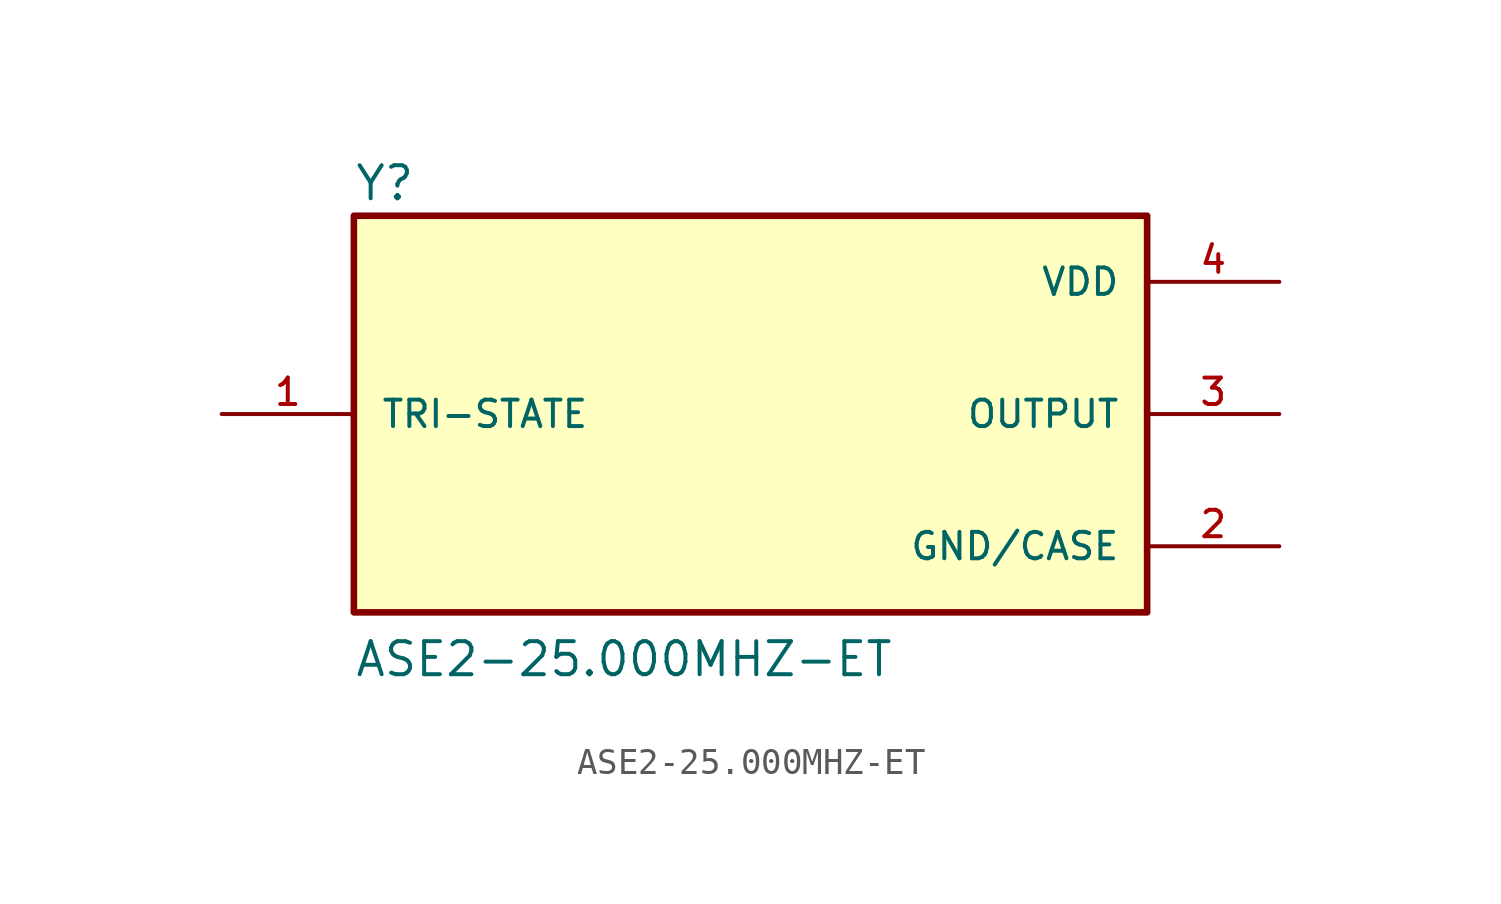
<source format=kicad_sym>
(kicad_symbol_lib
  (version 20211014)
  (generator kicad_symbol_editor)
  (symbol "ASE2-25.000MHZ-ET"
    (pin_names
      (offset 1.016))
    (property "Reference" "Y"
      (at -15.24 8.128 0)
      (effects (font (size 1.27 1.27)) (justify bottom left)))
    (property "Value" "ASE2-25.000MHZ-ET"
      (at -15.24 -10.16 0)
      (effects (font (size 1.27 1.27)) (justify bottom left)))
    (symbol "ASE2-25.000MHZ-ET_0_0"
      (rectangle (start -15.24 -7.62) (end 15.24 7.62) (stroke (width 0.254)) (fill (type background)))
      (pin power_in line (at 20.32 5.08 180.0) (length 5.08) (name "VDD" (effects (font (size 1.016 1.016)))) (number "4" (effects (font (size 1.016 1.016)))))
      (pin passive line (at -20.32 0.0 0) (length 5.08) (name "TRI-STATE" (effects (font (size 1.016 1.016)))) (number "1" (effects (font (size 1.016 1.016)))))
      (pin power_in line (at 20.32 -5.08 180.0) (length 5.08) (name "GND/CASE" (effects (font (size 1.016 1.016)))) (number "2" (effects (font (size 1.016 1.016)))))
      (pin output line (at 20.32 0.0 180.0) (length 5.08) (name "OUTPUT" (effects (font (size 1.016 1.016)))) (number "3" (effects (font (size 1.016 1.016))))))))
</source>
